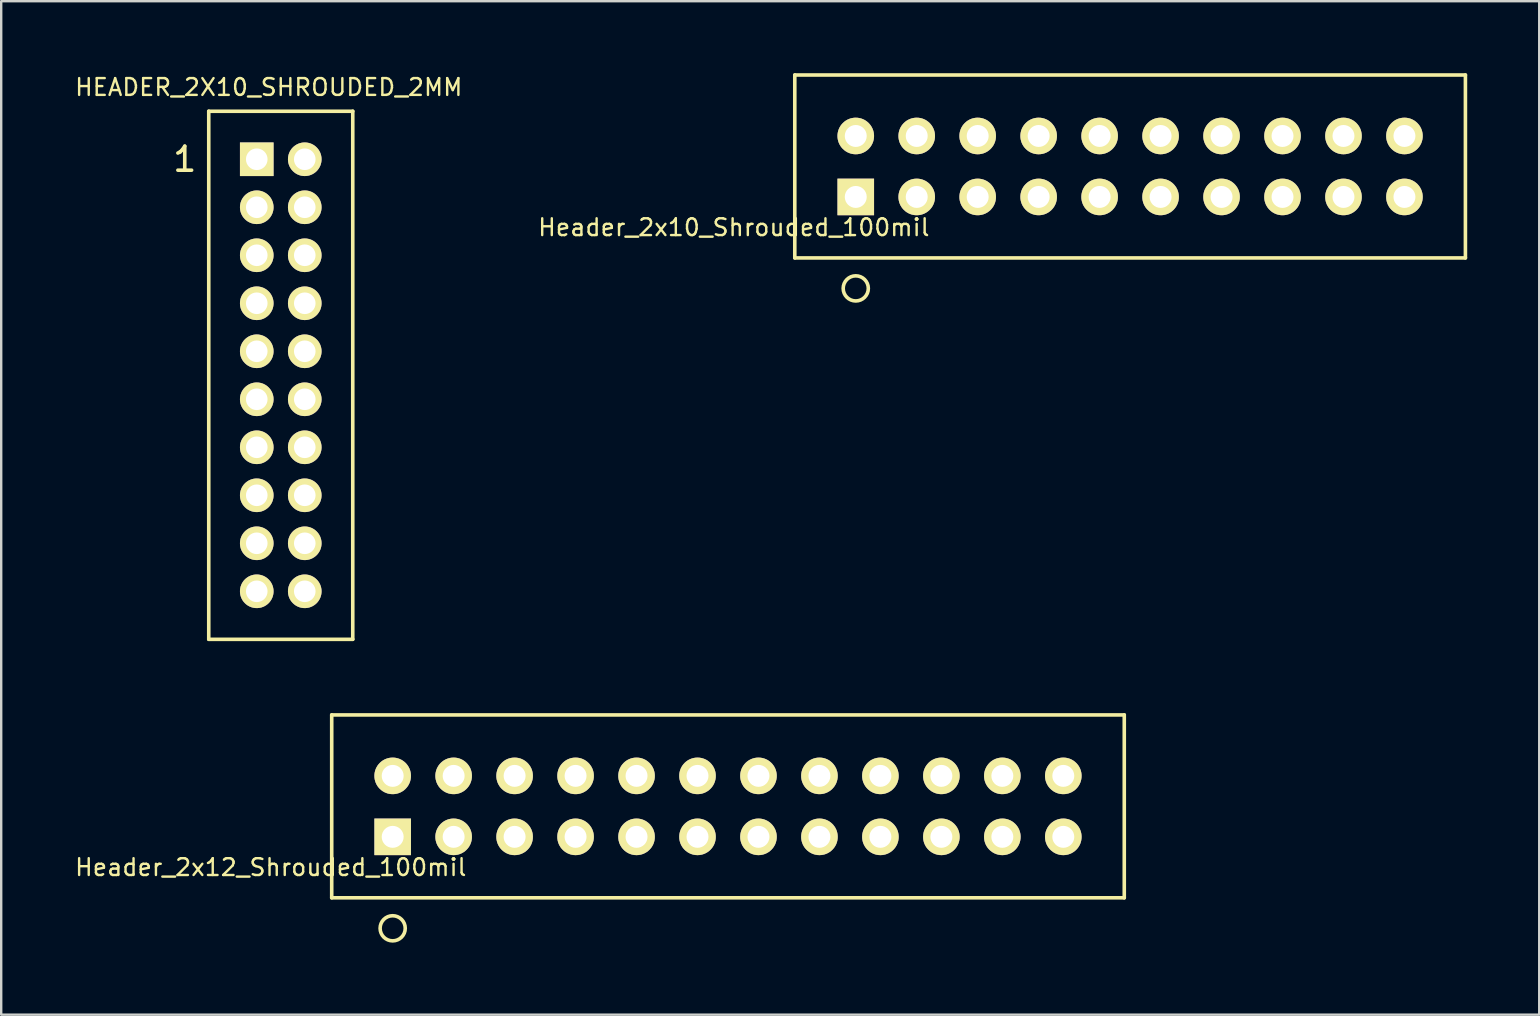
<source format=kicad_pcb>
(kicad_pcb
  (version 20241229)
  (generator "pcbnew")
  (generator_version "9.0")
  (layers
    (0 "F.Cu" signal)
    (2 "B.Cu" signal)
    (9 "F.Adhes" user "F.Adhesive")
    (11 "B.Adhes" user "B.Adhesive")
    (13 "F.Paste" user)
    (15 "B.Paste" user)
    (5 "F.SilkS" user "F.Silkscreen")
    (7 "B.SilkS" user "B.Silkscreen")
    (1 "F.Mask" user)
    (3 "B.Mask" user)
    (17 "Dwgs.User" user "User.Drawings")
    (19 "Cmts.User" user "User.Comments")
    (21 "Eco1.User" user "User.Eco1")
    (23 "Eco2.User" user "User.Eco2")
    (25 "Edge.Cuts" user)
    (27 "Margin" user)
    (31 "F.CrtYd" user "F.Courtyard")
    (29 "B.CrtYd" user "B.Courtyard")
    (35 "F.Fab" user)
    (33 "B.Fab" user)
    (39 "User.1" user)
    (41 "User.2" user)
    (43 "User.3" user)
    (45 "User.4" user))
  (footprint "Header_2x10_Shrouded_100mil"
    (layer "F.Cu")
    (at 32.603 5.155)
    (property "Reference" "Header_2x10_Shrouded_100mil" (at -5.08 1.27 0) (layer "F.SilkS") (effects (font (size 0.7 0.7) (thickness 0.1))))
    (attr through_hole)
    (fp_line (start -2.54 -5.08) (end -2.54 2.54) (stroke (width 0.15) (type solid)) (layer "F.SilkS"))
    (fp_line (start -2.54 2.54) (end 25.4 2.54) (stroke (width 0.15) (type solid)) (layer "F.SilkS"))
    (fp_line (start 25.4 -5.08) (end -2.54 -5.08) (stroke (width 0.15) (type solid)) (layer "F.SilkS"))
    (fp_line (start 25.4 -5.08) (end 25.4 2.54) (stroke (width 0.15) (type solid)) (layer "F.SilkS"))
    (fp_circle (center 0 3.81) (end 0.508 3.937) (stroke (width 0.15) (type solid)) (fill no) (layer "F.SilkS"))
    (pad "1" thru_hole rect (at 0 0) (size 1.524 1.524) (drill 0.914) (layers "*.Cu" "*.Mask" "F.SilkS"))
    (pad "2" thru_hole circle (at 0 -2.54) (size 1.524 1.524) (drill 0.914) (layers "*.Cu" "*.Mask" "F.SilkS"))
    (pad "3" thru_hole circle (at 2.54 0) (size 1.524 1.524) (drill 0.914) (layers "*.Cu" "*.Mask" "F.SilkS"))
    (pad "4" thru_hole circle (at 2.54 -2.54) (size 1.524 1.524) (drill 0.914) (layers "*.Cu" "*.Mask" "F.SilkS"))
    (pad "5" thru_hole circle (at 5.08 0) (size 1.524 1.524) (drill 0.914) (layers "*.Cu" "*.Mask" "F.SilkS"))
    (pad "6" thru_hole circle (at 5.08 -2.54) (size 1.524 1.524) (drill 0.914) (layers "*.Cu" "*.Mask" "F.SilkS"))
    (pad "7" thru_hole circle (at 7.62 0) (size 1.524 1.524) (drill 0.914) (layers "*.Cu" "*.Mask" "F.SilkS"))
    (pad "8" thru_hole circle (at 7.62 -2.54) (size 1.524 1.524) (drill 0.914) (layers "*.Cu" "*.Mask" "F.SilkS"))
    (pad "9" thru_hole circle (at 10.16 0) (size 1.524 1.524) (drill 0.914) (layers "*.Cu" "*.Mask" "F.SilkS"))
    (pad "10" thru_hole circle (at 10.16 -2.54) (size 1.524 1.524) (drill 0.914) (layers "*.Cu" "*.Mask" "F.SilkS"))
    (pad "11" thru_hole circle (at 12.7 0) (size 1.524 1.524) (drill 0.914) (layers "*.Cu" "*.Mask" "F.SilkS"))
    (pad "12" thru_hole circle (at 12.7 -2.54) (size 1.524 1.524) (drill 0.914) (layers "*.Cu" "*.Mask" "F.SilkS"))
    (pad "13" thru_hole circle (at 15.24 0) (size 1.524 1.524) (drill 0.914) (layers "*.Cu" "*.Mask" "F.SilkS"))
    (pad "14" thru_hole circle (at 15.24 -2.54) (size 1.524 1.524) (drill 0.914) (layers "*.Cu" "*.Mask" "F.SilkS"))
    (pad "15" thru_hole circle (at 17.78 0) (size 1.524 1.524) (drill 0.914) (layers "*.Cu" "*.Mask" "F.SilkS"))
    (pad "16" thru_hole circle (at 17.78 -2.54) (size 1.524 1.524) (drill 0.914) (layers "*.Cu" "*.Mask" "F.SilkS"))
    (pad "17" thru_hole circle (at 20.32 0) (size 1.524 1.524) (drill 0.914) (layers "*.Cu" "*.Mask" "F.SilkS"))
    (pad "18" thru_hole circle (at 20.32 -2.54) (size 1.524 1.524) (drill 0.914) (layers "*.Cu" "*.Mask" "F.SilkS"))
    (pad "19" thru_hole circle (at 22.86 0) (size 1.524 1.524) (drill 0.914) (layers "*.Cu" "*.Mask" "F.SilkS"))
    (pad "20" thru_hole circle (at 22.86 -2.54) (size 1.524 1.524) (drill 0.914) (layers "*.Cu" "*.Mask" "F.SilkS")))
  (footprint "Header_2x12_Shrouded_100mil"
    (layer "F.Cu")
    (at 13.31 31.815)
    (property "Reference" "Header_2x12_Shrouded_100mil" (at -5.08 1.27 0) (layer "F.SilkS") (effects (font (size 0.7 0.7) (thickness 0.1))))
    (attr through_hole)
    (fp_line (start -2.54 -5.08) (end -2.54 2.54) (stroke (width 0.15) (type solid)) (layer "F.SilkS"))
    (fp_line (start -2.54 2.54) (end 30.48 2.54) (stroke (width 0.15) (type solid)) (layer "F.SilkS"))
    (fp_line (start 30.48 -5.08) (end -2.54 -5.08) (stroke (width 0.15) (type solid)) (layer "F.SilkS"))
    (fp_line (start 30.48 -5.08) (end 30.48 2.54) (stroke (width 0.15) (type solid)) (layer "F.SilkS"))
    (fp_circle (center 0 3.81) (end 0.508 3.937) (stroke (width 0.15) (type solid)) (fill no) (layer "F.SilkS"))
    (pad "1" thru_hole rect (at 0 0) (size 1.524 1.524) (drill 0.914) (layers "*.Cu" "*.Mask" "F.SilkS"))
    (pad "2" thru_hole circle (at 0 -2.54) (size 1.524 1.524) (drill 0.914) (layers "*.Cu" "*.Mask" "F.SilkS"))
    (pad "3" thru_hole circle (at 2.54 0) (size 1.524 1.524) (drill 0.914) (layers "*.Cu" "*.Mask" "F.SilkS"))
    (pad "4" thru_hole circle (at 2.54 -2.54) (size 1.524 1.524) (drill 0.914) (layers "*.Cu" "*.Mask" "F.SilkS"))
    (pad "5" thru_hole circle (at 5.08 0) (size 1.524 1.524) (drill 0.914) (layers "*.Cu" "*.Mask" "F.SilkS"))
    (pad "6" thru_hole circle (at 5.08 -2.54) (size 1.524 1.524) (drill 0.914) (layers "*.Cu" "*.Mask" "F.SilkS"))
    (pad "7" thru_hole circle (at 7.62 0) (size 1.524 1.524) (drill 0.914) (layers "*.Cu" "*.Mask" "F.SilkS"))
    (pad "8" thru_hole circle (at 7.62 -2.54) (size 1.524 1.524) (drill 0.914) (layers "*.Cu" "*.Mask" "F.SilkS"))
    (pad "9" thru_hole circle (at 10.16 0) (size 1.524 1.524) (drill 0.914) (layers "*.Cu" "*.Mask" "F.SilkS"))
    (pad "10" thru_hole circle (at 10.16 -2.54) (size 1.524 1.524) (drill 0.914) (layers "*.Cu" "*.Mask" "F.SilkS"))
    (pad "11" thru_hole circle (at 12.7 0) (size 1.524 1.524) (drill 0.914) (layers "*.Cu" "*.Mask" "F.SilkS"))
    (pad "12" thru_hole circle (at 12.7 -2.54) (size 1.524 1.524) (drill 0.914) (layers "*.Cu" "*.Mask" "F.SilkS"))
    (pad "13" thru_hole circle (at 15.24 0) (size 1.524 1.524) (drill 0.914) (layers "*.Cu" "*.Mask" "F.SilkS"))
    (pad "14" thru_hole circle (at 15.24 -2.54) (size 1.524 1.524) (drill 0.914) (layers "*.Cu" "*.Mask" "F.SilkS"))
    (pad "15" thru_hole circle (at 17.78 0) (size 1.524 1.524) (drill 0.914) (layers "*.Cu" "*.Mask" "F.SilkS"))
    (pad "16" thru_hole circle (at 17.78 -2.54) (size 1.524 1.524) (drill 0.914) (layers "*.Cu" "*.Mask" "F.SilkS"))
    (pad "17" thru_hole circle (at 20.32 0) (size 1.524 1.524) (drill 0.914) (layers "*.Cu" "*.Mask" "F.SilkS"))
    (pad "18" thru_hole circle (at 20.32 -2.54) (size 1.524 1.524) (drill 0.914) (layers "*.Cu" "*.Mask" "F.SilkS"))
    (pad "19" thru_hole circle (at 22.86 0) (size 1.524 1.524) (drill 0.914) (layers "*.Cu" "*.Mask" "F.SilkS"))
    (pad "20" thru_hole circle (at 22.86 -2.54) (size 1.524 1.524) (drill 0.914) (layers "*.Cu" "*.Mask" "F.SilkS"))
    (pad "21" thru_hole circle (at 25.4 0) (size 1.524 1.524) (drill 0.914) (layers "*.Cu" "*.Mask" "F.SilkS"))
    (pad "22" thru_hole circle (at 25.4 -2.54) (size 1.524 1.524) (drill 0.914) (layers "*.Cu" "*.Mask" "F.SilkS"))
    (pad "23" thru_hole circle (at 27.94 0) (size 1.524 1.524) (drill 0.914) (layers "*.Cu" "*.Mask" "F.SilkS"))
    (pad "24" thru_hole circle (at 27.94 -2.54) (size 1.524 1.524) (drill 0.914) (layers "*.Cu" "*.Mask" "F.SilkS")))
  (footprint "HEADER_2X10_SHROUDED_2MM"
    (layer "F.Cu")
    (at 7.647 3.585)
    (property "Reference" "HEADER_2X10_SHROUDED_2MM" (at 0.5 -3 0) (layer "F.SilkS") (effects (font (size 0.7 0.7) (thickness 0.1))))
    (attr through_hole)
    (fp_line (start -2 -2) (end 4 -2) (stroke (width 0.15) (type solid)) (layer "F.SilkS"))
    (fp_line (start -2 20) (end -2 -2) (stroke (width 0.15) (type solid)) (layer "F.SilkS"))
    (fp_line (start 4 -2) (end 4 20) (stroke (width 0.15) (type solid)) (layer "F.SilkS"))
    (fp_line (start 4 20) (end -2 20) (stroke (width 0.15) (type solid)) (layer "F.SilkS"))
    (fp_text user "1" (at -3 0 0) (layer "F.SilkS") (effects (font (size 1 1) (thickness 0.15))))
    (pad "1" thru_hole rect (at 0 0) (size 1.4 1.4) (drill 0.9) (layers "*.Cu" "*.Mask" "F.SilkS"))
    (pad "2" thru_hole circle (at 2 0) (size 1.4 1.4) (drill 0.9) (layers "*.Cu" "*.Mask" "F.SilkS"))
    (pad "3" thru_hole circle (at 0 2) (size 1.4 1.4) (drill 0.9) (layers "*.Cu" "*.Mask" "F.SilkS"))
    (pad "4" thru_hole circle (at 2 2) (size 1.4 1.4) (drill 0.9) (layers "*.Cu" "*.Mask" "F.SilkS"))
    (pad "5" thru_hole circle (at 0 4) (size 1.4 1.4) (drill 0.9) (layers "*.Cu" "*.Mask" "F.SilkS"))
    (pad "6" thru_hole circle (at 2 4) (size 1.4 1.4) (drill 0.9) (layers "*.Cu" "*.Mask" "F.SilkS"))
    (pad "7" thru_hole circle (at 0 6) (size 1.4 1.4) (drill 0.9) (layers "*.Cu" "*.Mask" "F.SilkS"))
    (pad "8" thru_hole circle (at 2 6) (size 1.4 1.4) (drill 0.9) (layers "*.Cu" "*.Mask" "F.SilkS"))
    (pad "9" thru_hole circle (at 0 8) (size 1.4 1.4) (drill 0.9) (layers "*.Cu" "*.Mask" "F.SilkS"))
    (pad "10" thru_hole circle (at 2 8) (size 1.4 1.4) (drill 0.9) (layers "*.Cu" "*.Mask" "F.SilkS"))
    (pad "11" thru_hole circle (at 0 10) (size 1.4 1.4) (drill 0.9) (layers "*.Cu" "*.Mask" "F.SilkS"))
    (pad "12" thru_hole circle (at 2 10) (size 1.4 1.4) (drill 0.9) (layers "*.Cu" "*.Mask" "F.SilkS"))
    (pad "13" thru_hole circle (at 0 12) (size 1.4 1.4) (drill 0.9) (layers "*.Cu" "*.Mask" "F.SilkS"))
    (pad "14" thru_hole circle (at 2 12) (size 1.4 1.4) (drill 0.9) (layers "*.Cu" "*.Mask" "F.SilkS"))
    (pad "15" thru_hole circle (at 0 14) (size 1.4 1.4) (drill 0.9) (layers "*.Cu" "*.Mask" "F.SilkS"))
    (pad "16" thru_hole circle (at 2 14) (size 1.4 1.4) (drill 0.9) (layers "*.Cu" "*.Mask" "F.SilkS"))
    (pad "17" thru_hole circle (at 0 16) (size 1.4 1.4) (drill 0.9) (layers "*.Cu" "*.Mask" "F.SilkS"))
    (pad "18" thru_hole circle (at 2 16) (size 1.4 1.4) (drill 0.9) (layers "*.Cu" "*.Mask" "F.SilkS"))
    (pad "19" thru_hole circle (at 0 18) (size 1.4 1.4) (drill 0.9) (layers "*.Cu" "*.Mask" "F.SilkS"))
    (pad "20" thru_hole circle (at 2 18) (size 1.4 1.4) (drill 0.9) (layers "*.Cu" "*.Mask" "F.SilkS")))
  (gr_rect
    (start -3 -3)
    (end 61.078 39.224)
    (stroke (width 0.1) (type default))
    (fill no)
    (layer "Edge.Cuts")))
</source>
